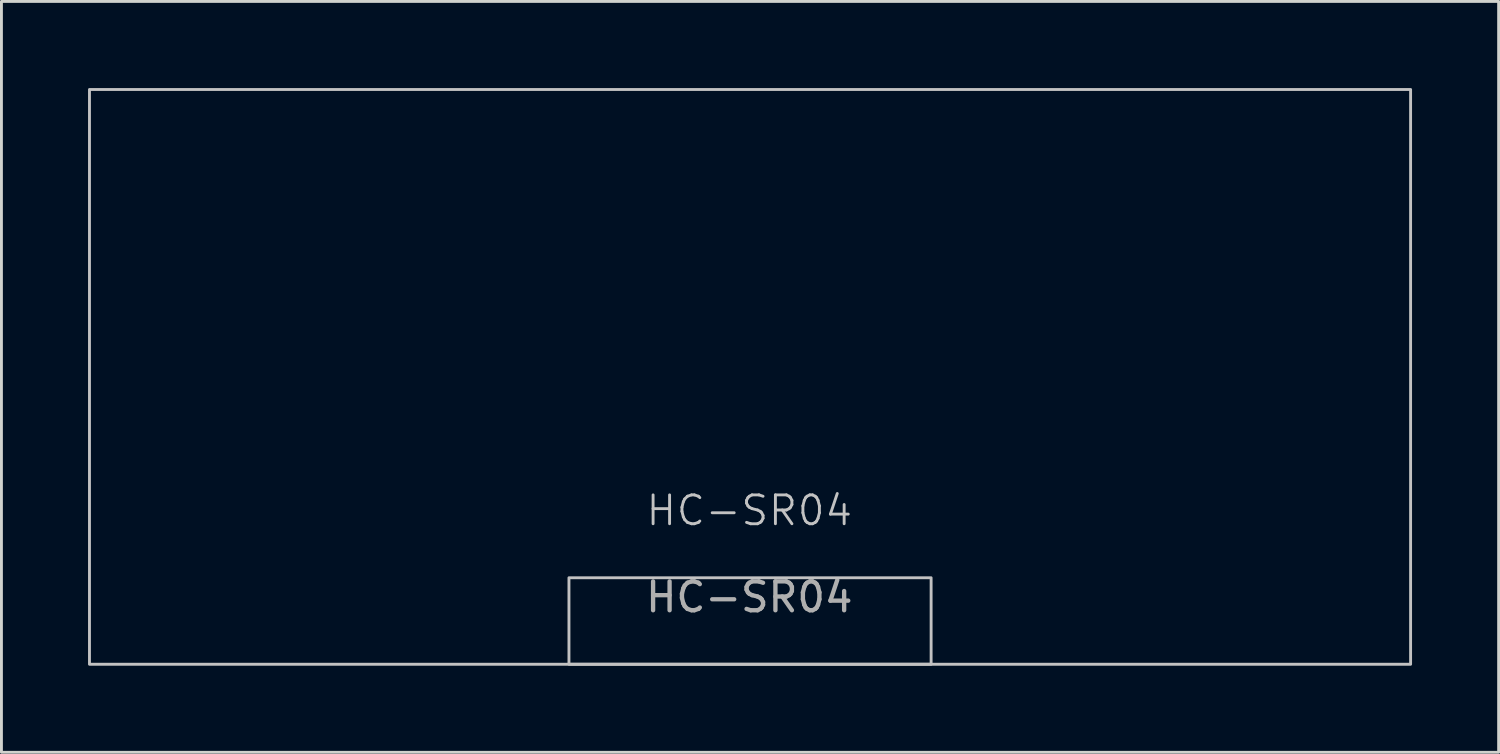
<source format=kicad_pcb>
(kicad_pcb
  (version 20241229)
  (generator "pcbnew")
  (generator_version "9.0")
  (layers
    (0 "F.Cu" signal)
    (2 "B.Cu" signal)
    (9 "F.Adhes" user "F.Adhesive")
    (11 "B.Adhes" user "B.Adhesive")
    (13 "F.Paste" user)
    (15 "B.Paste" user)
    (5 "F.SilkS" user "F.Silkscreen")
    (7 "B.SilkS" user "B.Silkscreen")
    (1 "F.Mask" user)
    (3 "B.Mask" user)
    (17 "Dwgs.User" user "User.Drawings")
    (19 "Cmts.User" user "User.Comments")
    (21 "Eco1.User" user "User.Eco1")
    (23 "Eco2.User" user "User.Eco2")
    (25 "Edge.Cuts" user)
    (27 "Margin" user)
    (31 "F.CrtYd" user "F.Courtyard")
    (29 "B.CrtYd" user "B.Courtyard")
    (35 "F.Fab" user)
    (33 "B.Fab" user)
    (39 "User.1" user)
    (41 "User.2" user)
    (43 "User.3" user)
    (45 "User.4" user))
  (footprint "HC-SR04"
    (layer "F.Cu")
    (at 22.91 15.138)
    (property "Reference" "HC-SR04" (at 0 -0.5 0) (unlocked yes) (layer "Dwgs.User") (effects (font (size 1 1) (thickness 0.1))))
    (fp_rect (start -22.86 -15.088) (end 22.911 4.826) (stroke (width 0.1) (type default)) (fill no) (layer "Dwgs.User"))
    (fp_rect (start -6.248 1.829) (end 6.299 4.826) (stroke (width 0.1) (type default)) (fill no) (layer "Dwgs.User"))
    (fp_text user "${REFERENCE}" (at 0 2.5 0) (unlocked yes) (layer "F.Fab") (effects (font (size 1 1) (thickness 0.15)))))
  (gr_rect
    (start -3 -3)
    (end 48.871 23.014)
    (stroke (width 0.1) (type default))
    (fill no)
    (layer "Edge.Cuts")))
</source>
